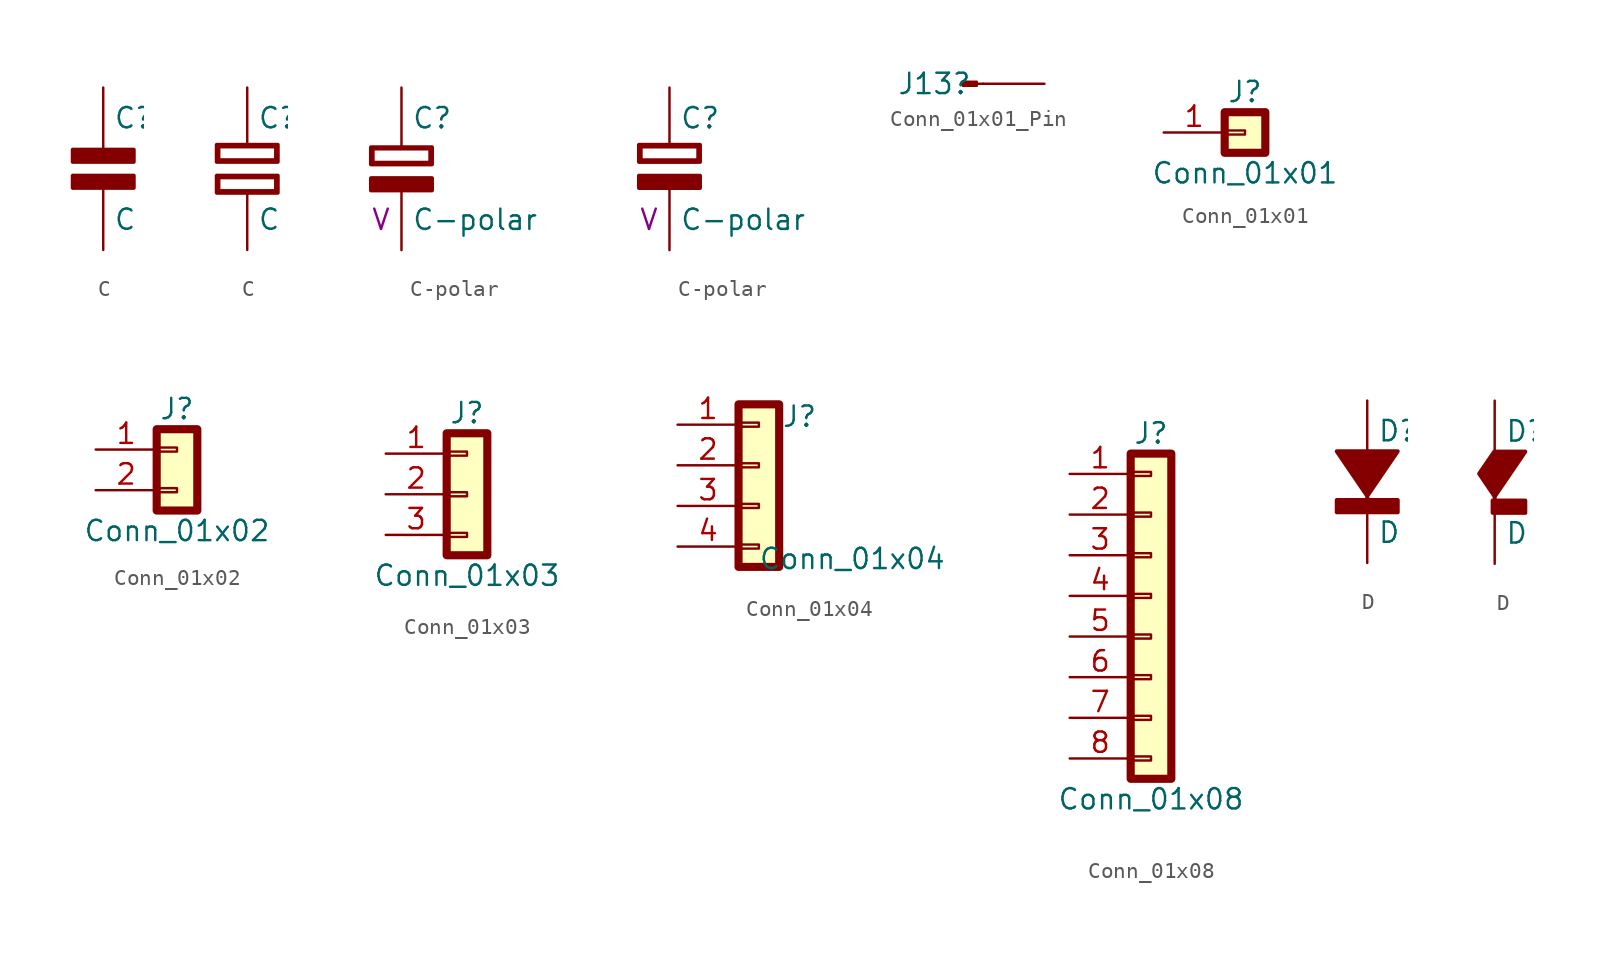
<source format=kicad_sym>
(kicad_symbol_lib
  (version 20241209)
  (generator "kicad_symbol_editor")
  (generator_version "9.0")
  (symbol "C"
    (pin_numbers
      (hide yes))
    (pin_names
      (offset 0)
      (hide yes))
    (property "Reference" "C"
      (at 0.635 3.175 0)
      (effects (font (size 1.27 1.27)) (justify left)))
    (property "Value" "C"
      (at 0.635 -3.175 0)
      (effects (font (size 1.27 1.27)) (justify left)))
    (symbol "C_1_1"
      (rectangle (start -1.905 1.194) (end 1.905 0.432) (stroke (width 0.254) (type default)) (fill (type outline)))
      (rectangle (start -1.905 -0.432) (end 1.905 -1.194) (stroke (width 0.254) (type default)) (fill (type outline)))
      (pin passive line (at 0 5.08 270) (length 3.886) (name "+" (effects (font (size 1.27 1.27)))) (number "1" (effects (font (size 1.27 1.27)))))
      (pin passive line (at 0 -5.08 90) (length 3.886) (name "-" (effects (font (size 1.27 1.27)))) (number "2" (effects (font (size 1.27 1.27))))))
    (symbol "C_1_2"
      (polyline (pts (xy -1.905 0.432) (xy 1.905 0.432) (xy 1.905 1.499) (xy -1.905 1.499) (xy -1.905 0.432) (xy -1.803 0.533) (xy -1.803 1.397) (xy 1.803 1.397) (xy 1.803 0.533) (xy -1.803 0.533) (xy -1.905 0.432)) (stroke (width 0.254) (type default)) (fill (type outline)))
      (polyline (pts (xy -1.905 -1.499) (xy 1.905 -1.499) (xy 1.905 -0.432) (xy -1.905 -0.432) (xy -1.905 -1.499) (xy -1.803 -1.397) (xy -1.803 -0.533) (xy 1.803 -0.533) (xy 1.803 -1.397) (xy -1.803 -1.397) (xy -1.905 -1.499)) (stroke (width 0.254) (type default)) (fill (type outline)))
      (pin passive line (at 0 5.08 270) (length 3.581) (name "+" (effects (font (size 1.27 1.27)))) (number "1" (effects (font (size 1.27 1.27)))))
      (pin passive line (at 0 -5.08 90) (length 3.581) (name "-" (effects (font (size 1.27 1.27)))) (number "2" (effects (font (size 1.27 1.27)))))))
  (symbol "C-polar"
    (pin_numbers
      (hide yes))
    (pin_names
      (offset 0)
      (hide yes))
    (property "Reference" "C"
      (at 0.635 3.175 0)
      (effects (font (size 1.27 1.27)) (justify left)))
    (property "Value" "C-polar"
      (at 0.635 -3.175 0)
      (effects (font (size 1.27 1.27)) (justify left)))
    (property "Rating" "V"
      (at -0.635 -3.175 0)
      (effects (font (size 1.27 1.27)) (justify right)))
    (symbol "C-polar_1_1"
      (polyline (pts (xy -1.905 0.279) (xy 1.905 0.279) (xy 1.905 1.346) (xy -1.905 1.346) (xy -1.905 0.279) (xy -1.803 0.381) (xy -1.803 1.27) (xy 1.803 1.27) (xy 1.803 0.381) (xy -1.803 0.381) (xy -1.905 0.279)) (stroke (width 0.254) (type solid)) (fill (type background)))
      (rectangle (start -1.905 -0.584) (end 1.905 -1.346) (stroke (width 0.254) (type default)) (fill (type outline)))
      (pin passive line (at 0 5.08 270) (length 3.734) (name "+" (effects (font (size 1.27 1.27)))) (number "1" (effects (font (size 1.27 1.27)))))
      (pin passive line (at 0 -5.08 90) (length 3.734) (name "-" (effects (font (size 1.27 1.27)))) (number "2" (effects (font (size 1.27 1.27))))))
    (symbol "C-polar_1_2"
      (polyline (pts (xy -1.905 0.432) (xy 1.905 0.432) (xy 1.905 1.499) (xy -1.905 1.499) (xy -1.905 0.432) (xy -1.803 0.533) (xy -1.803 1.397) (xy 1.803 1.397) (xy 1.803 0.533) (xy -1.803 0.533) (xy -1.905 0.432)) (stroke (width 0.254) (type default)) (fill (type outline)))
      (rectangle (start -1.905 -0.432) (end 1.905 -1.194) (stroke (width 0.254) (type default)) (fill (type outline)))
      (pin passive line (at 0 5.08 270) (length 3.581) (name "+" (effects (font (size 1.27 1.27)))) (number "1" (effects (font (size 1.27 1.27)))))
      (pin passive line (at 0 -5.08 90) (length 3.886) (name "-" (effects (font (size 1.27 1.27)))) (number "2" (effects (font (size 1.27 1.27)))))))
  (symbol "Conn_01x01_Pin"
    (pin_numbers
      (hide yes))
    (pin_names
      (offset 1.016)
      (hide yes))
    (property "Reference" "J13"
      (at -1.778 0 0)
      (effects (font (size 1.27 1.27))))
    (symbol "Conn_01x01_Pin_1_1"
      (rectangle (start 0.864 0.127) (end 0 -0.127) (stroke (width 0.152) (type default)) (fill (type outline)))
      (polyline (pts (xy 1.27 0) (xy 0.864 0)) (stroke (width 0.152) (type default)) (fill (type none)))
      (pin passive line (at 5.08 0 180) (length 3.81) (name "Pin_1" (effects (font (size 1.27 1.27)))) (number "1" (effects (font (size 1.27 1.27)))))))
  (symbol "Conn_01x01"
    (pin_names
      (offset 1.016)
      (hide yes))
    (property "Reference" "J"
      (at 0 2.54 0)
      (effects (font (size 1.27 1.27))))
    (property "Value" "Conn_01x01"
      (at 0 -2.54 0)
      (effects (font (size 1.27 1.27))))
    (symbol "Conn_01x01_1_1"
      (rectangle (start -1.27 1.27) (end 1.27 -1.27) (stroke (width 0.508) (type solid)) (fill (type background)))
      (rectangle (start -1.27 0.127) (end 0 -0.127) (stroke (width 0.152) (type default)) (fill (type none)))
      (pin passive line (at -5.08 0 0) (length 3.81) (name "Pin_1" (effects (font (size 1.27 1.27)))) (number "1" (effects (font (size 1.27 1.27)))))))
  (symbol "Conn_01x02"
    (pin_names
      (offset 1.016)
      (hide yes))
    (property "Reference" "J"
      (at 0 2.54 0)
      (effects (font (size 1.27 1.27))))
    (property "Value" "Conn_01x02"
      (at 0 -5.08 0)
      (effects (font (size 1.27 1.27))))
    (symbol "Conn_01x02_1_1"
      (rectangle (start -1.27 1.27) (end 1.27 -3.81) (stroke (width 0.508) (type solid)) (fill (type background)))
      (rectangle (start -1.27 0.127) (end 0 -0.127) (stroke (width 0.152) (type default)) (fill (type none)))
      (rectangle (start -1.27 -2.413) (end 0 -2.667) (stroke (width 0.152) (type default)) (fill (type none)))
      (pin passive line (at -5.08 0 0) (length 3.81) (name "Pin_1" (effects (font (size 1.27 1.27)))) (number "1" (effects (font (size 1.27 1.27)))))
      (pin passive line (at -5.08 -2.54 0) (length 3.81) (name "Pin_2" (effects (font (size 1.27 1.27)))) (number "2" (effects (font (size 1.27 1.27)))))))
  (symbol "Conn_01x03"
    (pin_names
      (offset 1.016)
      (hide yes))
    (property "Reference" "J"
      (at 0 5.08 0)
      (effects (font (size 1.27 1.27))))
    (property "Value" "Conn_01x03"
      (at 0 -5.08 0)
      (effects (font (size 1.27 1.27))))
    (symbol "Conn_01x03_1_1"
      (rectangle (start -1.27 3.81) (end 1.27 -3.81) (stroke (width 0.508) (type solid)) (fill (type background)))
      (rectangle (start -1.27 2.667) (end 0 2.413) (stroke (width 0.152) (type default)) (fill (type none)))
      (rectangle (start -1.27 0.127) (end 0 -0.127) (stroke (width 0.152) (type default)) (fill (type none)))
      (rectangle (start -1.27 -2.413) (end 0 -2.667) (stroke (width 0.152) (type default)) (fill (type none)))
      (pin passive line (at -5.08 2.54 0) (length 3.81) (name "Pin_1" (effects (font (size 1.27 1.27)))) (number "1" (effects (font (size 1.27 1.27)))))
      (pin passive line (at -5.08 0 0) (length 3.81) (name "Pin_2" (effects (font (size 1.27 1.27)))) (number "2" (effects (font (size 1.27 1.27)))))
      (pin passive line (at -5.08 -2.54 0) (length 3.81) (name "Pin_3" (effects (font (size 1.27 1.27)))) (number "3" (effects (font (size 1.27 1.27)))))))
  (symbol "Conn_01x04"
    (pin_names
      (offset 1.016)
      (hide yes))
    (property "Reference" "J"
      (at 2.54 3.048 0)
      (effects (font (size 1.27 1.27))))
    (property "Value" "Conn_01x04"
      (at 5.842 -5.842 0)
      (effects (font (size 1.27 1.27))))
    (symbol "Conn_01x04_1_1"
      (rectangle (start -1.27 3.81) (end 1.27 -6.35) (stroke (width 0.508) (type solid)) (fill (type background)))
      (rectangle (start -1.27 2.667) (end 0 2.413) (stroke (width 0.152) (type default)) (fill (type none)))
      (rectangle (start -1.27 0.127) (end 0 -0.127) (stroke (width 0.152) (type default)) (fill (type none)))
      (rectangle (start -1.27 -2.413) (end 0 -2.667) (stroke (width 0.152) (type default)) (fill (type none)))
      (rectangle (start -1.27 -4.953) (end 0 -5.207) (stroke (width 0.152) (type default)) (fill (type none)))
      (pin passive line (at -5.08 2.54 0) (length 3.81) (name "Pin_1" (effects (font (size 1.27 1.27)))) (number "1" (effects (font (size 1.27 1.27)))))
      (pin passive line (at -5.08 0 0) (length 3.81) (name "Pin_2" (effects (font (size 1.27 1.27)))) (number "2" (effects (font (size 1.27 1.27)))))
      (pin passive line (at -5.08 -2.54 0) (length 3.81) (name "Pin_3" (effects (font (size 1.27 1.27)))) (number "3" (effects (font (size 1.27 1.27)))))
      (pin passive line (at -5.08 -5.08 0) (length 3.81) (name "Pin_4" (effects (font (size 1.27 1.27)))) (number "4" (effects (font (size 1.27 1.27)))))))
  (symbol "Conn_01x08"
    (pin_names
      (offset 1.016)
      (hide yes))
    (property "Reference" "J"
      (at 0 10.16 0)
      (effects (font (size 1.27 1.27))))
    (property "Value" "Conn_01x08"
      (at 0 -12.7 0)
      (effects (font (size 1.27 1.27))))
    (symbol "Conn_01x08_1_1"
      (rectangle (start -1.27 8.89) (end 1.27 -11.43) (stroke (width 0.508) (type solid)) (fill (type background)))
      (rectangle (start -1.27 7.747) (end 0 7.493) (stroke (width 0.152) (type default)) (fill (type none)))
      (rectangle (start -1.27 5.207) (end 0 4.953) (stroke (width 0.152) (type default)) (fill (type none)))
      (rectangle (start -1.27 2.667) (end 0 2.413) (stroke (width 0.152) (type default)) (fill (type none)))
      (rectangle (start -1.27 0.127) (end 0 -0.127) (stroke (width 0.152) (type default)) (fill (type none)))
      (rectangle (start -1.27 -2.413) (end 0 -2.667) (stroke (width 0.152) (type default)) (fill (type none)))
      (rectangle (start -1.27 -4.953) (end 0 -5.207) (stroke (width 0.152) (type default)) (fill (type none)))
      (rectangle (start -1.27 -7.493) (end 0 -7.747) (stroke (width 0.152) (type default)) (fill (type none)))
      (rectangle (start -1.27 -10.033) (end 0 -10.287) (stroke (width 0.152) (type default)) (fill (type none)))
      (pin passive line (at -5.08 7.62 0) (length 3.81) (name "Pin_1" (effects (font (size 1.27 1.27)))) (number "1" (effects (font (size 1.27 1.27)))))
      (pin passive line (at -5.08 5.08 0) (length 3.81) (name "Pin_2" (effects (font (size 1.27 1.27)))) (number "2" (effects (font (size 1.27 1.27)))))
      (pin passive line (at -5.08 2.54 0) (length 3.81) (name "Pin_3" (effects (font (size 1.27 1.27)))) (number "3" (effects (font (size 1.27 1.27)))))
      (pin passive line (at -5.08 0 0) (length 3.81) (name "Pin_4" (effects (font (size 1.27 1.27)))) (number "4" (effects (font (size 1.27 1.27)))))
      (pin passive line (at -5.08 -2.54 0) (length 3.81) (name "Pin_5" (effects (font (size 1.27 1.27)))) (number "5" (effects (font (size 1.27 1.27)))))
      (pin passive line (at -5.08 -5.08 0) (length 3.81) (name "Pin_6" (effects (font (size 1.27 1.27)))) (number "6" (effects (font (size 1.27 1.27)))))
      (pin passive line (at -5.08 -7.62 0) (length 3.81) (name "Pin_7" (effects (font (size 1.27 1.27)))) (number "7" (effects (font (size 1.27 1.27)))))
      (pin passive line (at -5.08 -10.16 0) (length 3.81) (name "Pin_8" (effects (font (size 1.27 1.27)))) (number "8" (effects (font (size 1.27 1.27)))))))
  (symbol "D"
    (pin_numbers
      (hide yes))
    (pin_names
      (offset 0)
      (hide yes))
    (property "Reference" "D"
      (at 0.635 3.175 0)
      (effects (font (size 1.27 1.27)) (justify left)))
    (property "Value" "D"
      (at 0.635 -3.175 0)
      (effects (font (size 1.27 1.27)) (justify left)))
    (symbol "D_1_0"
      (pin passive line (at 0 5.08 270) (length 3.175) (name "A+" (effects (font (size 1.27 1.27)))) (number "2" (effects (font (size 1.27 1.27)))))
      (pin passive line (at 0 -5.08 90) (length 3.175) (name "K-" (effects (font (size 1.27 1.27)))) (number "1" (effects (font (size 1.27 1.27))))))
    (symbol "D_1_1"
      (polyline (pts (xy -1.905 -1.905) (xy 1.905 -1.905) (xy 1.905 -1.143) (xy 0 -1.143) (xy 0 -0.889) (xy 1.905 1.905) (xy -1.905 1.905) (xy 0 -0.889) (xy 0 -1.143) (xy -1.905 -1.143) (xy -1.905 -1.905)) (stroke (width 0.254) (type default)) (fill (type outline))))
    (symbol "D_1_2"
      (polyline (pts (xy -0.127 -1.905) (xy 1.905 -1.905) (xy 1.905 -1.143) (xy 0 -1.143) (xy 0 -0.889) (xy 1.905 1.905) (xy -0.025 1.905) (xy -0.965 0.533) (xy 0 -0.889) (xy 0 -1.143) (xy -0.127 -1.143) (xy -0.127 -1.905)) (stroke (width 0.254) (type default)) (fill (type outline))))))
</source>
